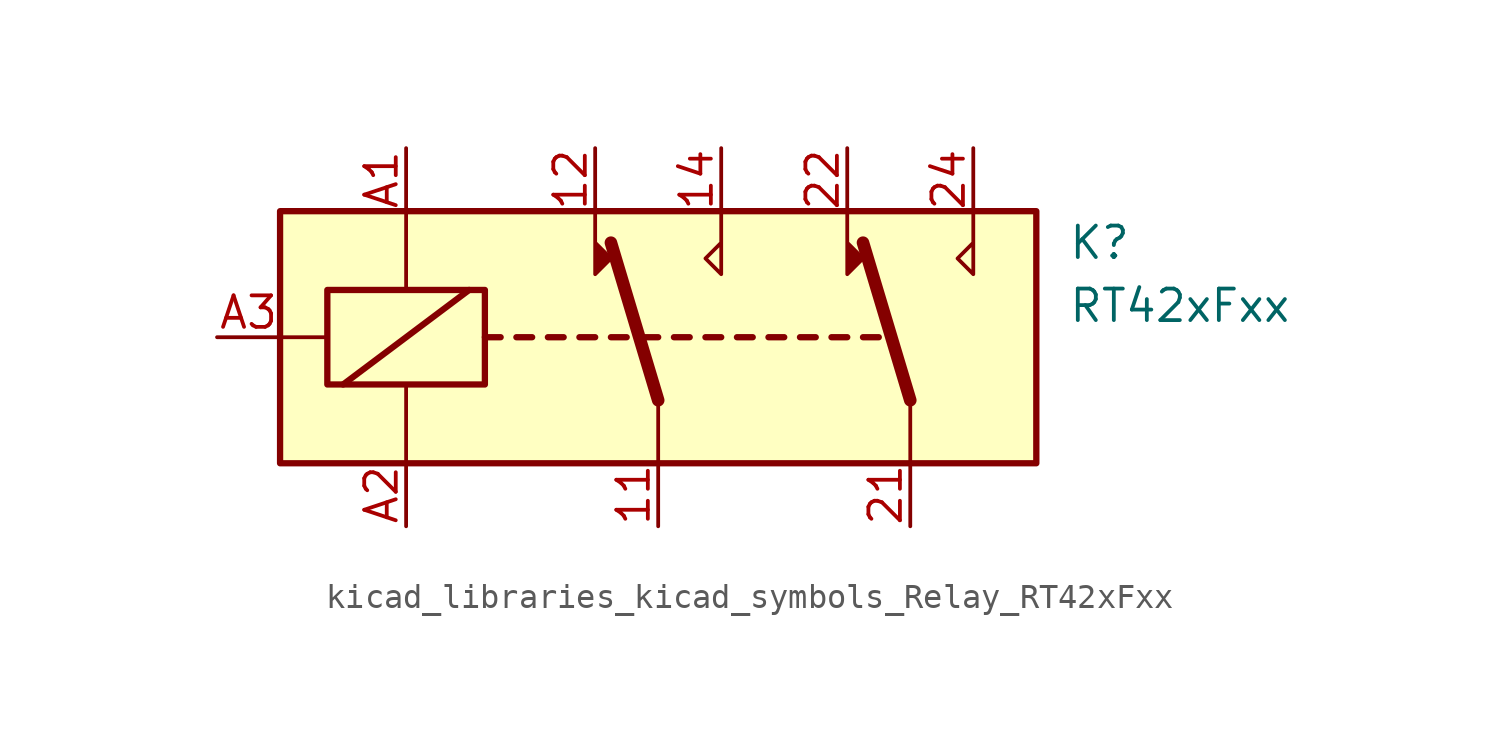
<source format=kicad_sym>
(kicad_symbol_lib
  (version 20220914)
  (generator kicad_symbol_editor)
  (symbol "kicad_libraries_kicad_symbols_Relay_RT42xFxx"
    (property "Reference" "K"
      (at 16.51 3.81 0)
      (effects (font (size 1.27 1.27)) (justify left)))
    (property "Value" "RT42xFxx"
      (at 16.51 1.27 0)
      (effects (font (size 1.27 1.27)) (justify left)))
    (symbol "kicad_libraries_kicad_symbols_Relay_RT42xFxx_0_0"
      (polyline (pts (xy -7.62 1.905) (xy -12.7 -1.905)) (stroke (width 0.254) (type default)) (fill (type none))))
    (symbol "kicad_libraries_kicad_symbols_Relay_RT42xFxx_0_1"
      (rectangle (start -15.24 0) (end -13.335 0) (stroke (width 0) (type default)) (fill (type none)))
      (rectangle (start -15.24 5.08) (end 15.24 -5.08) (stroke (width 0.254) (type default)) (fill (type background)))
      (rectangle (start -13.335 1.905) (end -6.985 -1.905) (stroke (width 0.254) (type default)) (fill (type none)))
      (polyline (pts (xy -10.16 -5.08) (xy -10.16 -1.905)) (stroke (width 0) (type default)) (fill (type none)))
      (polyline (pts (xy -10.16 5.08) (xy -10.16 1.905)) (stroke (width 0) (type default)) (fill (type none)))
      (polyline (pts (xy -6.985 0) (xy -6.35 0)) (stroke (width 0.254) (type default)) (fill (type none)))
      (polyline (pts (xy -5.715 0) (xy -5.08 0)) (stroke (width 0.254) (type default)) (fill (type none)))
      (polyline (pts (xy -4.445 0) (xy -3.81 0)) (stroke (width 0.254) (type default)) (fill (type none)))
      (polyline (pts (xy -3.175 0) (xy -2.54 0)) (stroke (width 0.254) (type default)) (fill (type none)))
      (polyline (pts (xy -1.905 0) (xy -1.27 0)) (stroke (width 0.254) (type default)) (fill (type none)))
      (polyline (pts (xy -0.635 0) (xy 0 0)) (stroke (width 0.254) (type default)) (fill (type none)))
      (polyline (pts (xy 0 -2.54) (xy -1.905 3.81)) (stroke (width 0.508) (type default)) (fill (type none)))
      (polyline (pts (xy 0 -2.54) (xy 0 -5.08)) (stroke (width 0) (type default)) (fill (type none)))
      (polyline (pts (xy 0.635 0) (xy 1.27 0)) (stroke (width 0.254) (type default)) (fill (type none)))
      (polyline (pts (xy 1.905 0) (xy 2.54 0)) (stroke (width 0.254) (type default)) (fill (type none)))
      (polyline (pts (xy 3.175 0) (xy 3.81 0)) (stroke (width 0.254) (type default)) (fill (type none)))
      (polyline (pts (xy 4.445 0) (xy 5.08 0)) (stroke (width 0.254) (type default)) (fill (type none)))
      (polyline (pts (xy 5.715 0) (xy 6.35 0)) (stroke (width 0.254) (type default)) (fill (type none)))
      (polyline (pts (xy 6.985 0) (xy 7.62 0)) (stroke (width 0.254) (type default)) (fill (type none)))
      (polyline (pts (xy 8.255 0) (xy 8.89 0)) (stroke (width 0.254) (type default)) (fill (type none)))
      (polyline (pts (xy 10.16 -2.54) (xy 8.255 3.81)) (stroke (width 0.508) (type default)) (fill (type none)))
      (polyline (pts (xy 10.16 -2.54) (xy 10.16 -5.08)) (stroke (width 0) (type default)) (fill (type none)))
      (polyline (pts (xy -2.54 5.08) (xy -2.54 2.54) (xy -1.905 3.175) (xy -2.54 3.81)) (stroke (width 0) (type default)) (fill (type outline)))
      (polyline (pts (xy 2.54 5.08) (xy 2.54 2.54) (xy 1.905 3.175) (xy 2.54 3.81)) (stroke (width 0) (type default)) (fill (type none)))
      (polyline (pts (xy 7.62 5.08) (xy 7.62 2.54) (xy 8.255 3.175) (xy 7.62 3.81)) (stroke (width 0) (type default)) (fill (type outline)))
      (polyline (pts (xy 12.7 5.08) (xy 12.7 2.54) (xy 12.065 3.175) (xy 12.7 3.81)) (stroke (width 0) (type default)) (fill (type none))))
    (symbol "kicad_libraries_kicad_symbols_Relay_RT42xFxx_1_1"
      (pin passive line (at 0 -7.62 90) (length 2.54) (name "~" (effects (font (size 1.27 1.27)))) (number "11" (effects (font (size 1.27 1.27)))))
      (pin passive line (at -2.54 7.62 270) (length 2.54) (name "~" (effects (font (size 1.27 1.27)))) (number "12" (effects (font (size 1.27 1.27)))))
      (pin passive line (at 2.54 7.62 270) (length 2.54) (name "~" (effects (font (size 1.27 1.27)))) (number "14" (effects (font (size 1.27 1.27)))))
      (pin passive line (at 10.16 -7.62 90) (length 2.54) (name "~" (effects (font (size 1.27 1.27)))) (number "21" (effects (font (size 1.27 1.27)))))
      (pin passive line (at 7.62 7.62 270) (length 2.54) (name "~" (effects (font (size 1.27 1.27)))) (number "22" (effects (font (size 1.27 1.27)))))
      (pin passive line (at 12.7 7.62 270) (length 2.54) (name "~" (effects (font (size 1.27 1.27)))) (number "24" (effects (font (size 1.27 1.27)))))
      (pin passive line (at -10.16 7.62 270) (length 2.54) (name "~" (effects (font (size 1.27 1.27)))) (number "A1" (effects (font (size 1.27 1.27)))))
      (pin passive line (at -10.16 -7.62 90) (length 2.54) (name "~" (effects (font (size 1.27 1.27)))) (number "A2" (effects (font (size 1.27 1.27)))))
      (pin passive line (at -17.78 0 0) (length 2.54) (name "~" (effects (font (size 1.27 1.27)))) (number "A3" (effects (font (size 1.27 1.27))))))))
</source>
